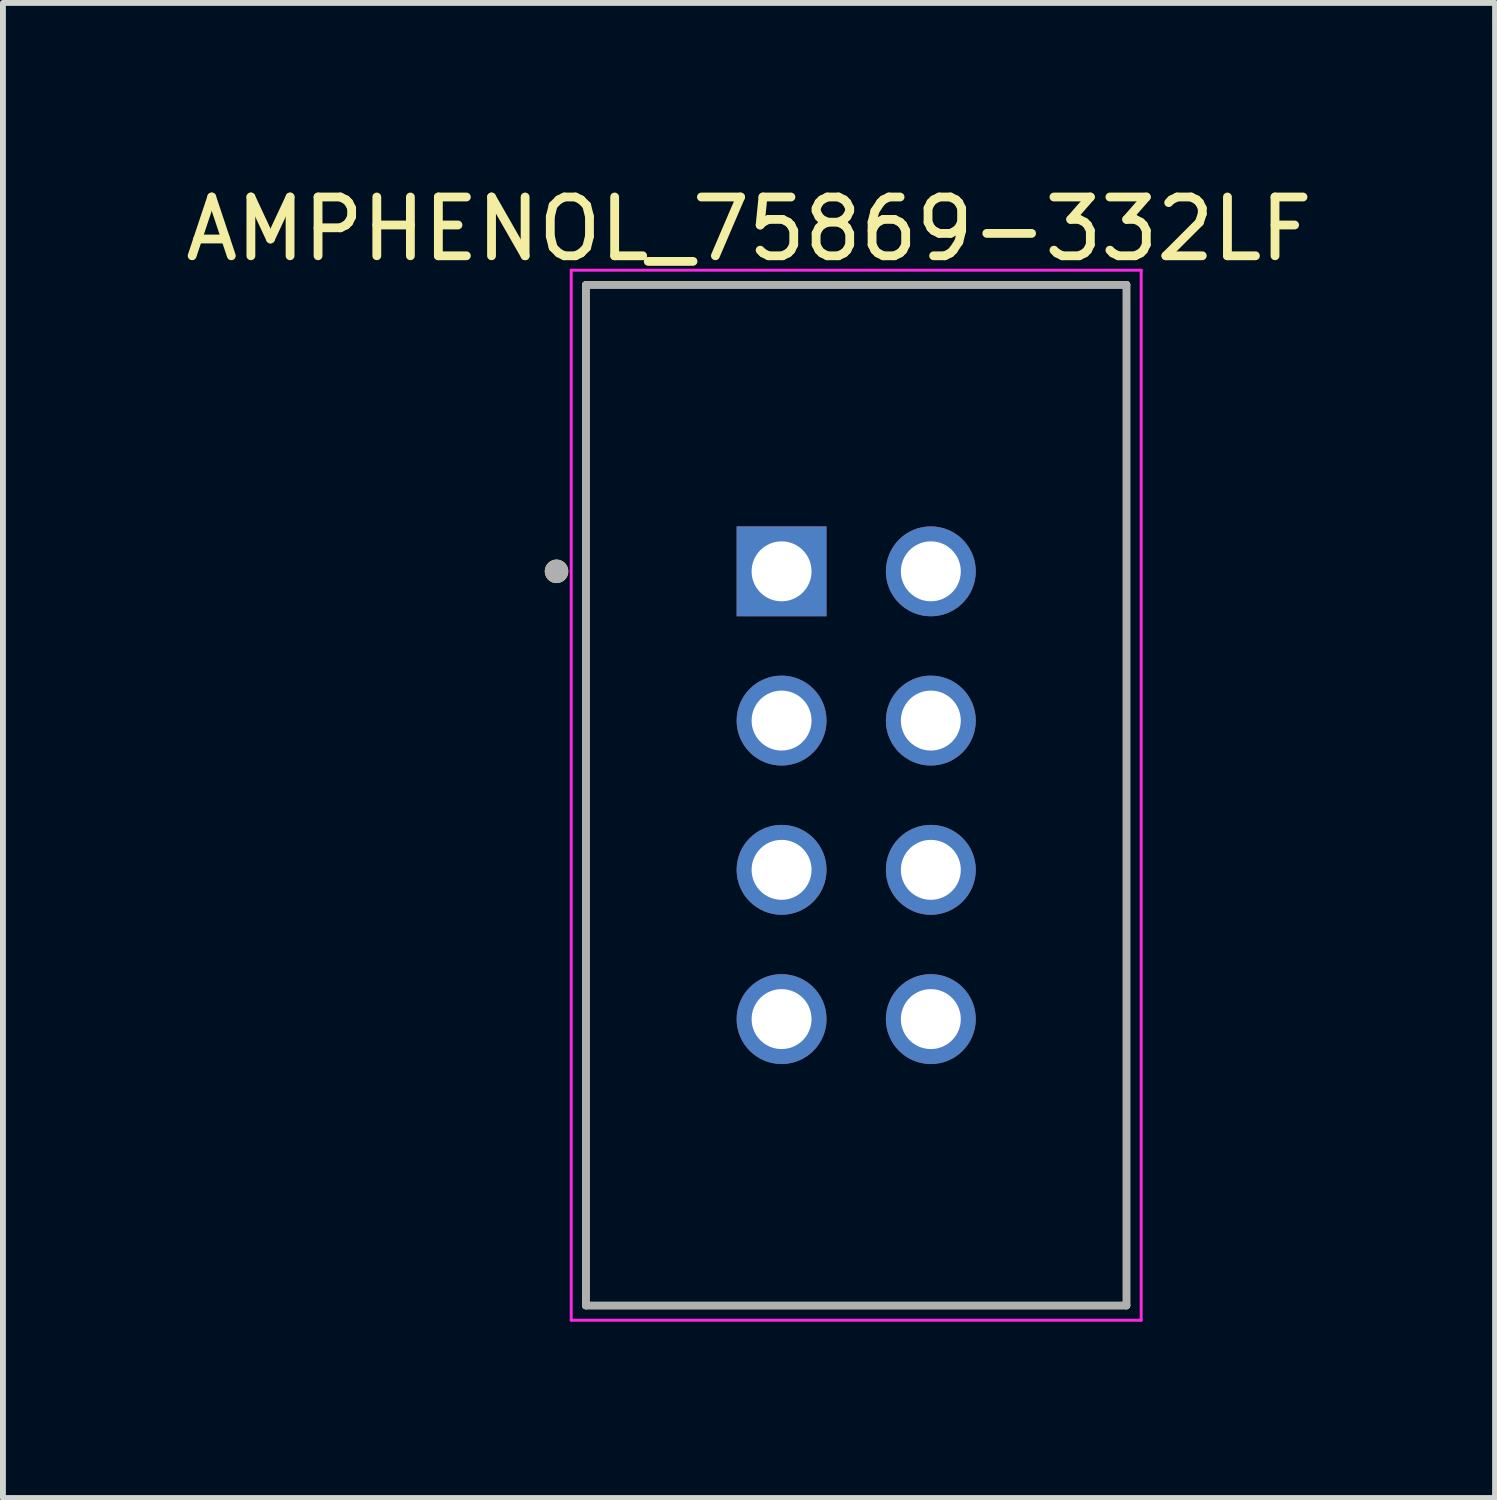
<source format=kicad_pcb>
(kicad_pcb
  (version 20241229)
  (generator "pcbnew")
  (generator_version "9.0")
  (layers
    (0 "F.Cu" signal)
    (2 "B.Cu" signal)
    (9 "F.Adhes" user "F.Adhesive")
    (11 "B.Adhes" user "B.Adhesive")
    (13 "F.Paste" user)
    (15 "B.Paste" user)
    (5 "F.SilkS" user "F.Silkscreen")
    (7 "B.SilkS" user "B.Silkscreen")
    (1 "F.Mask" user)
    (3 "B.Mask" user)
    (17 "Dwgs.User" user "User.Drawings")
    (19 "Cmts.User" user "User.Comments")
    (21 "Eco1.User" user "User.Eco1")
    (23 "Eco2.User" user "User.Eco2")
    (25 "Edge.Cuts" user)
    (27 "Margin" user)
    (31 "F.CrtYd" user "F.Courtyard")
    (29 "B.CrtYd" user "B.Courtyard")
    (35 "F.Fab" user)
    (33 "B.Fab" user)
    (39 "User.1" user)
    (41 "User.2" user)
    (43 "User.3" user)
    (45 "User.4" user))
  (footprint "AMPHENOL_75869-332LF"
    (layer "F.Cu")
    (at 11.521 10.483)
    (property "Reference" "AMPHENOL_75869-332LF" (at -1.825 -9.635 0) (layer "F.SilkS") (effects (font (size 1 1) (thickness 0.15))))
    (attr through_hole)
    (fp_line (start -4.6 -8.685) (end 4.6 -8.685) (stroke (width 0.127) (type solid)) (layer "F.SilkS"))
    (fp_line (start -4.6 8.685) (end -4.6 -8.685) (stroke (width 0.127) (type solid)) (layer "F.SilkS"))
    (fp_line (start 4.6 -8.685) (end 4.6 8.685) (stroke (width 0.127) (type solid)) (layer "F.SilkS"))
    (fp_line (start 4.6 8.685) (end -4.6 8.685) (stroke (width 0.127) (type solid)) (layer "F.SilkS"))
    (fp_circle (center -5.1 -3.81) (end -5 -3.81) (stroke (width 0.2) (type solid)) (fill no) (layer "F.SilkS"))
    (fp_line (start -4.85 -8.935) (end 4.85 -8.935) (stroke (width 0.05) (type solid)) (layer "F.CrtYd"))
    (fp_line (start -4.85 8.935) (end -4.85 -8.935) (stroke (width 0.05) (type solid)) (layer "F.CrtYd"))
    (fp_line (start 4.85 -8.935) (end 4.85 8.935) (stroke (width 0.05) (type solid)) (layer "F.CrtYd"))
    (fp_line (start 4.85 8.935) (end -4.85 8.935) (stroke (width 0.05) (type solid)) (layer "F.CrtYd"))
    (fp_line (start -4.6 -8.685) (end 4.6 -8.685) (stroke (width 0.127) (type solid)) (layer "F.Fab"))
    (fp_line (start -4.6 8.685) (end -4.6 -8.685) (stroke (width 0.127) (type solid)) (layer "F.Fab"))
    (fp_line (start 4.6 -8.685) (end 4.6 8.685) (stroke (width 0.127) (type solid)) (layer "F.Fab"))
    (fp_line (start 4.6 8.685) (end -4.6 8.685) (stroke (width 0.127) (type solid)) (layer "F.Fab"))
    (fp_circle (center -5.1 -3.81) (end -5 -3.81) (stroke (width 0.2) (type solid)) (fill no) (layer "F.Fab"))
    (pad "1" thru_hole rect (at -1.27 -3.81) (size 1.53 1.53) (drill 1.02) (layers "*.Cu" "*.Mask"))
    (pad "2" thru_hole circle (at 1.27 -3.81) (size 1.53 1.53) (drill 1.02) (layers "*.Cu" "*.Mask"))
    (pad "3" thru_hole circle (at -1.27 -1.27) (size 1.53 1.53) (drill 1.02) (layers "*.Cu" "*.Mask"))
    (pad "4" thru_hole circle (at 1.27 -1.27) (size 1.53 1.53) (drill 1.02) (layers "*.Cu" "*.Mask"))
    (pad "5" thru_hole circle (at -1.27 1.27) (size 1.53 1.53) (drill 1.02) (layers "*.Cu" "*.Mask"))
    (pad "6" thru_hole circle (at 1.27 1.27) (size 1.53 1.53) (drill 1.02) (layers "*.Cu" "*.Mask"))
    (pad "7" thru_hole circle (at -1.27 3.81) (size 1.53 1.53) (drill 1.02) (layers "*.Cu" "*.Mask"))
    (pad "8" thru_hole circle (at 1.27 3.81) (size 1.53 1.53) (drill 1.02) (layers "*.Cu" "*.Mask")))
  (gr_rect
    (start -3 -3)
    (end 22.393 22.443)
    (stroke (width 0.1) (type default))
    (fill no)
    (layer "Edge.Cuts")))
</source>
